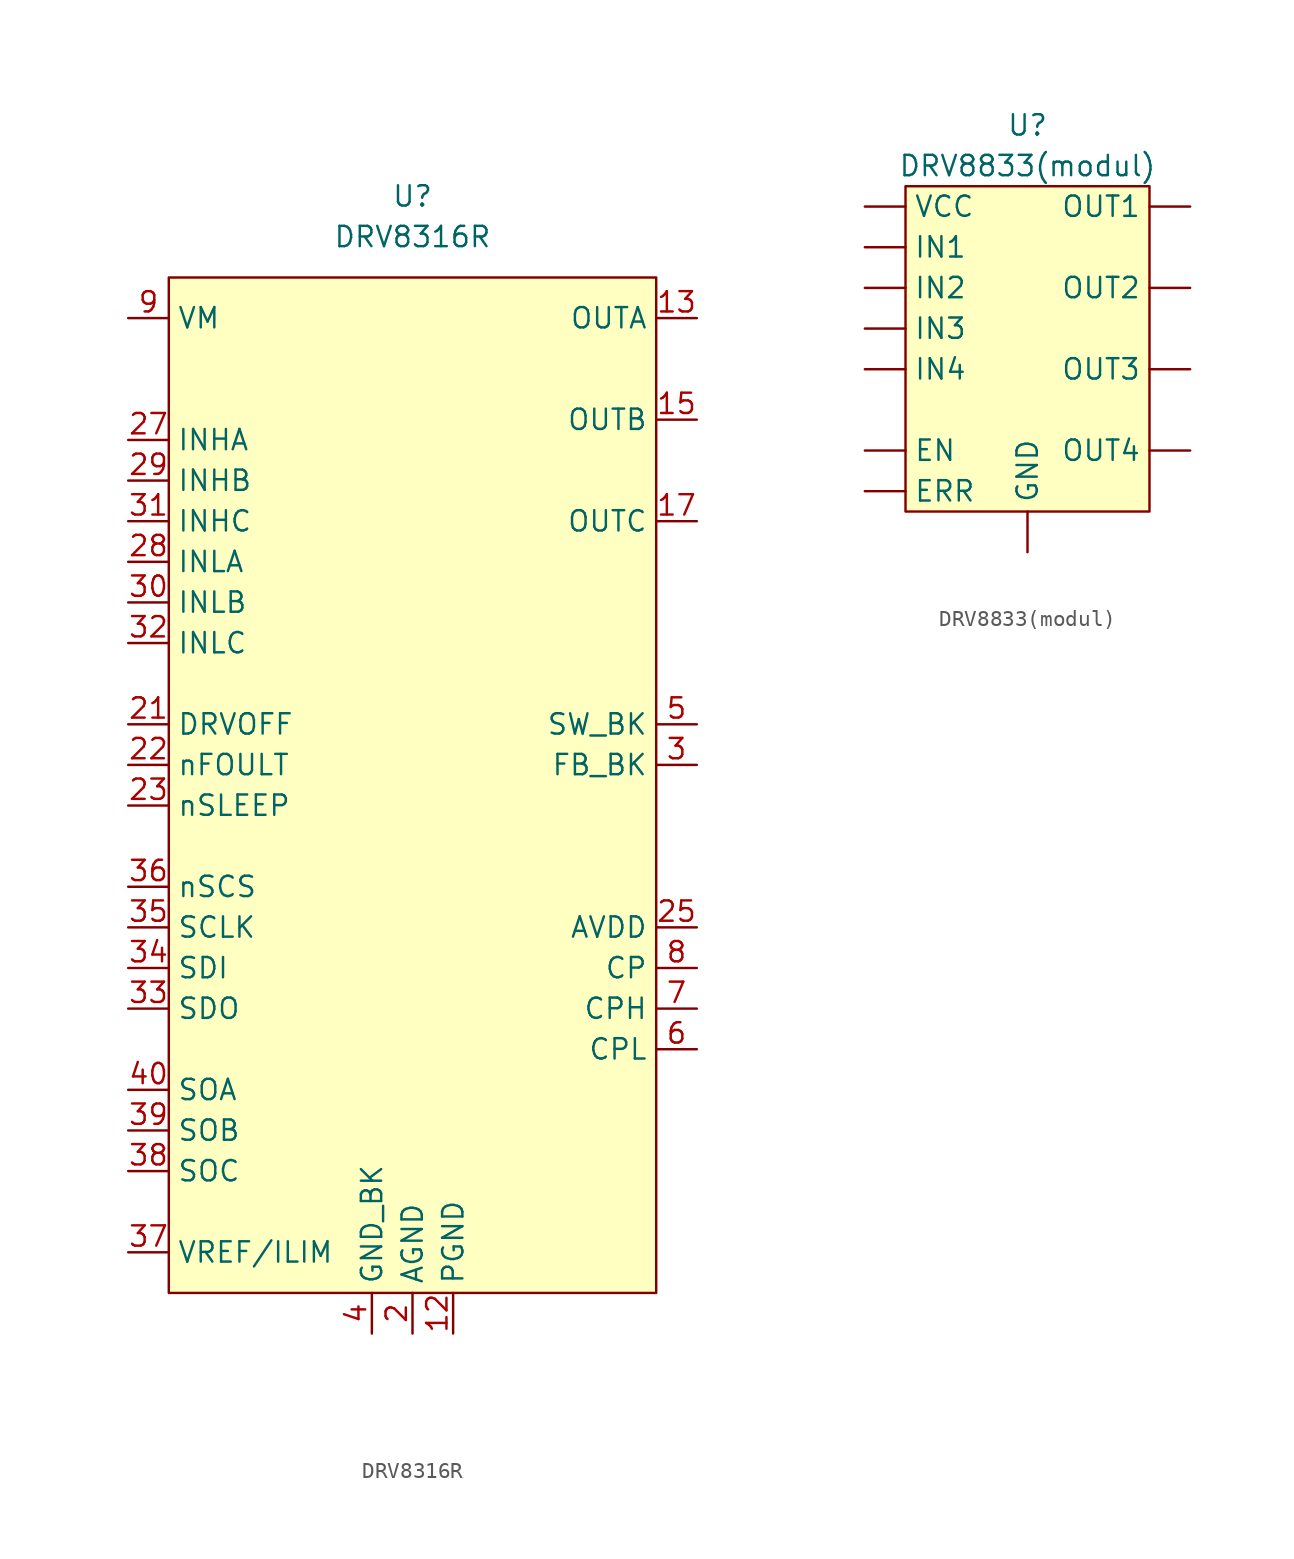
<source format=kicad_sym>
(kicad_symbol_lib
  (version 20220914)
  (generator kicad_symbol_editor)
  (symbol "DRV8316R"
    (property "Reference" "U"
      (at 0 7.62 0)
      (effects (font (size 1.27 1.27))))
    (property "Value" "DRV8316R"
      (at 0 5.08 0)
      (effects (font (size 1.27 1.27))))
    (symbol "DRV8316R_1_1"
      (rectangle (start -15.24 2.54) (end 15.24 -60.96) (stroke (width 0) (type default)) (fill (type background)))
      (pin power_in line (at -17.78 0 0) (length 2.54) hide (name "VCC" (effects (font (size 1.27 1.27)))) (number "10" (effects (font (size 1.27 1.27)))))
      (pin power_in line (at -17.78 0 0) (length 2.54) hide (name "VCC" (effects (font (size 1.27 1.27)))) (number "11" (effects (font (size 1.27 1.27)))))
      (pin passive line (at 2.54 -63.5 90) (length 2.54) (name "PGND" (effects (font (size 1.27 1.27)))) (number "12" (effects (font (size 1.27 1.27)))))
      (pin power_out line (at 17.78 0 180) (length 2.54) (name "OUTA" (effects (font (size 1.27 1.27)))) (number "13" (effects (font (size 1.27 1.27)))))
      (pin power_out line (at 17.78 0 180) (length 2.54) hide (name "OUTA" (effects (font (size 1.27 1.27)))) (number "14" (effects (font (size 1.27 1.27)))))
      (pin power_out line (at 17.78 -6.35 180) (length 2.54) (name "OUTB" (effects (font (size 1.27 1.27)))) (number "15" (effects (font (size 1.27 1.27)))))
      (pin passive line (at 2.54 -63.5 90) (length 2.54) hide (name "PGND" (effects (font (size 1.27 1.27)))) (number "15" (effects (font (size 1.27 1.27)))))
      (pin power_out line (at 17.78 -6.35 180) (length 2.54) hide (name "OUTB" (effects (font (size 1.27 1.27)))) (number "16" (effects (font (size 1.27 1.27)))))
      (pin power_out line (at 17.78 -12.7 180) (length 2.54) (name "OUTC" (effects (font (size 1.27 1.27)))) (number "17" (effects (font (size 1.27 1.27)))))
      (pin power_out line (at 17.78 -12.7 180) (length 2.54) hide (name "OUTC" (effects (font (size 1.27 1.27)))) (number "18" (effects (font (size 1.27 1.27)))))
      (pin passive line (at 2.54 -63.5 90) (length 2.54) hide (name "PGND" (effects (font (size 1.27 1.27)))) (number "18" (effects (font (size 1.27 1.27)))))
      (pin passive line (at 0 -63.5 90) (length 2.54) (name "AGND" (effects (font (size 1.27 1.27)))) (number "2" (effects (font (size 1.27 1.27)))))
      (pin input line (at -17.78 -25.4 0) (length 2.54) (name "DRVOFF" (effects (font (size 1.27 1.27)))) (number "21" (effects (font (size 1.27 1.27)))))
      (pin open_collector line (at -17.78 -27.94 0) (length 2.54) (name "nFOULT" (effects (font (size 1.27 1.27)))) (number "22" (effects (font (size 1.27 1.27)))))
      (pin input line (at -17.78 -30.48 0) (length 2.54) (name "nSLEEP" (effects (font (size 1.27 1.27)))) (number "23" (effects (font (size 1.27 1.27)))))
      (pin power_out line (at 17.78 -38.1 180) (length 2.54) (name "AVDD" (effects (font (size 1.27 1.27)))) (number "25" (effects (font (size 1.27 1.27)))))
      (pin passive line (at 0 -63.5 90) (length 2.54) hide (name "AGND" (effects (font (size 1.27 1.27)))) (number "26" (effects (font (size 1.27 1.27)))))
      (pin input line (at -17.78 -7.62 0) (length 2.54) (name "INHA" (effects (font (size 1.27 1.27)))) (number "27" (effects (font (size 1.27 1.27)))))
      (pin input line (at -17.78 -15.24 0) (length 2.54) (name "INLA" (effects (font (size 1.27 1.27)))) (number "28" (effects (font (size 1.27 1.27)))))
      (pin input line (at -17.78 -10.16 0) (length 2.54) (name "INHB" (effects (font (size 1.27 1.27)))) (number "29" (effects (font (size 1.27 1.27)))))
      (pin input line (at 17.78 -27.94 180) (length 2.54) (name "FB_BK" (effects (font (size 1.27 1.27)))) (number "3" (effects (font (size 1.27 1.27)))))
      (pin input line (at -17.78 -17.78 0) (length 2.54) (name "INLB" (effects (font (size 1.27 1.27)))) (number "30" (effects (font (size 1.27 1.27)))))
      (pin input line (at -17.78 -12.7 0) (length 2.54) (name "INHC" (effects (font (size 1.27 1.27)))) (number "31" (effects (font (size 1.27 1.27)))))
      (pin input line (at -17.78 -20.32 0) (length 2.54) (name "INLC" (effects (font (size 1.27 1.27)))) (number "32" (effects (font (size 1.27 1.27)))))
      (pin output line (at -17.78 -43.18 0) (length 2.54) (name "SDO" (effects (font (size 1.27 1.27)))) (number "33" (effects (font (size 1.27 1.27)))))
      (pin input line (at -17.78 -40.64 0) (length 2.54) (name "SDI" (effects (font (size 1.27 1.27)))) (number "34" (effects (font (size 1.27 1.27)))))
      (pin input line (at -17.78 -38.1 0) (length 2.54) (name "SCLK" (effects (font (size 1.27 1.27)))) (number "35" (effects (font (size 1.27 1.27)))))
      (pin input line (at -17.78 -35.56 0) (length 2.54) (name "nSCS" (effects (font (size 1.27 1.27)))) (number "36" (effects (font (size 1.27 1.27)))))
      (pin input line (at -17.78 -58.42 0) (length 2.54) (name "VREF/ILIM" (effects (font (size 1.27 1.27)))) (number "37" (effects (font (size 1.27 1.27)))))
      (pin output line (at -17.78 -53.34 0) (length 2.54) (name "SOC" (effects (font (size 1.27 1.27)))) (number "38" (effects (font (size 1.27 1.27)))))
      (pin output line (at -17.78 -50.8 0) (length 2.54) (name "SOB" (effects (font (size 1.27 1.27)))) (number "39" (effects (font (size 1.27 1.27)))))
      (pin passive line (at -2.54 -63.5 90) (length 2.54) (name "GND_BK" (effects (font (size 1.27 1.27)))) (number "4" (effects (font (size 1.27 1.27)))))
      (pin output line (at -17.78 -48.26 0) (length 2.54) (name "SOA" (effects (font (size 1.27 1.27)))) (number "40" (effects (font (size 1.27 1.27)))))
      (pin passive line (at 0 -63.5 90) (length 2.54) hide (name "AGND" (effects (font (size 1.27 1.27)))) (number "41" (effects (font (size 1.27 1.27)))))
      (pin output line (at 17.78 -25.4 180) (length 2.54) (name "SW_BK" (effects (font (size 1.27 1.27)))) (number "5" (effects (font (size 1.27 1.27)))))
      (pin passive line (at 17.78 -45.72 180) (length 2.54) (name "CPL" (effects (font (size 1.27 1.27)))) (number "6" (effects (font (size 1.27 1.27)))))
      (pin passive line (at 17.78 -43.18 180) (length 2.54) (name "CPH" (effects (font (size 1.27 1.27)))) (number "7" (effects (font (size 1.27 1.27)))))
      (pin passive line (at 17.78 -40.64 180) (length 2.54) (name "CP" (effects (font (size 1.27 1.27)))) (number "8" (effects (font (size 1.27 1.27)))))
      (pin power_in line (at -17.78 0 0) (length 2.54) (name "VM" (effects (font (size 1.27 1.27)))) (number "9" (effects (font (size 1.27 1.27)))))))
  (symbol "DRV8833(modul)"
    (property "Reference" "U"
      (at 0 5.08 0)
      (effects (font (size 1.27 1.27))))
    (property "Value" "DRV8833(modul)"
      (at 0 2.54 0)
      (effects (font (size 1.27 1.27))))
    (symbol "DRV8833(modul)_0_1"
      (rectangle (start -7.62 1.27) (end 7.62 -19.05) (stroke (width 0) (type default)) (fill (type background))))
    (symbol "DRV8833(modul)_1_1"
      (pin input line (at -10.16 -15.24 0) (length 2.54) (name "EN" (effects (font (size 1.27 1.27)))) (number "" (effects (font (size 1.27 1.27)))))
      (pin input line (at -10.16 -17.78 0) (length 2.54) (name "ERR" (effects (font (size 1.27 1.27)))) (number "" (effects (font (size 1.27 1.27)))))
      (pin power_in line (at 0 -21.59 90) (length 2.54) (name "GND" (effects (font (size 1.27 1.27)))) (number "" (effects (font (size 1.27 1.27)))))
      (pin input line (at -10.16 -2.54 0) (length 2.54) (name "IN1" (effects (font (size 1.27 1.27)))) (number "" (effects (font (size 1.27 1.27)))))
      (pin input line (at -10.16 -5.08 0) (length 2.54) (name "IN2" (effects (font (size 1.27 1.27)))) (number "" (effects (font (size 1.27 1.27)))))
      (pin input line (at -10.16 -7.62 0) (length 2.54) (name "IN3" (effects (font (size 1.27 1.27)))) (number "" (effects (font (size 1.27 1.27)))))
      (pin input line (at -10.16 -10.16 0) (length 2.54) (name "IN4" (effects (font (size 1.27 1.27)))) (number "" (effects (font (size 1.27 1.27)))))
      (pin input line (at 10.16 0 180) (length 2.54) (name "OUT1" (effects (font (size 1.27 1.27)))) (number "" (effects (font (size 1.27 1.27)))))
      (pin input line (at 10.16 -5.08 180) (length 2.54) (name "OUT2" (effects (font (size 1.27 1.27)))) (number "" (effects (font (size 1.27 1.27)))))
      (pin input line (at 10.16 -10.16 180) (length 2.54) (name "OUT3" (effects (font (size 1.27 1.27)))) (number "" (effects (font (size 1.27 1.27)))))
      (pin input line (at 10.16 -15.24 180) (length 2.54) (name "OUT4" (effects (font (size 1.27 1.27)))) (number "" (effects (font (size 1.27 1.27)))))
      (pin power_in line (at -10.16 0 0) (length 2.54) (name "VCC" (effects (font (size 1.27 1.27)))) (number "" (effects (font (size 1.27 1.27))))))))
</source>
